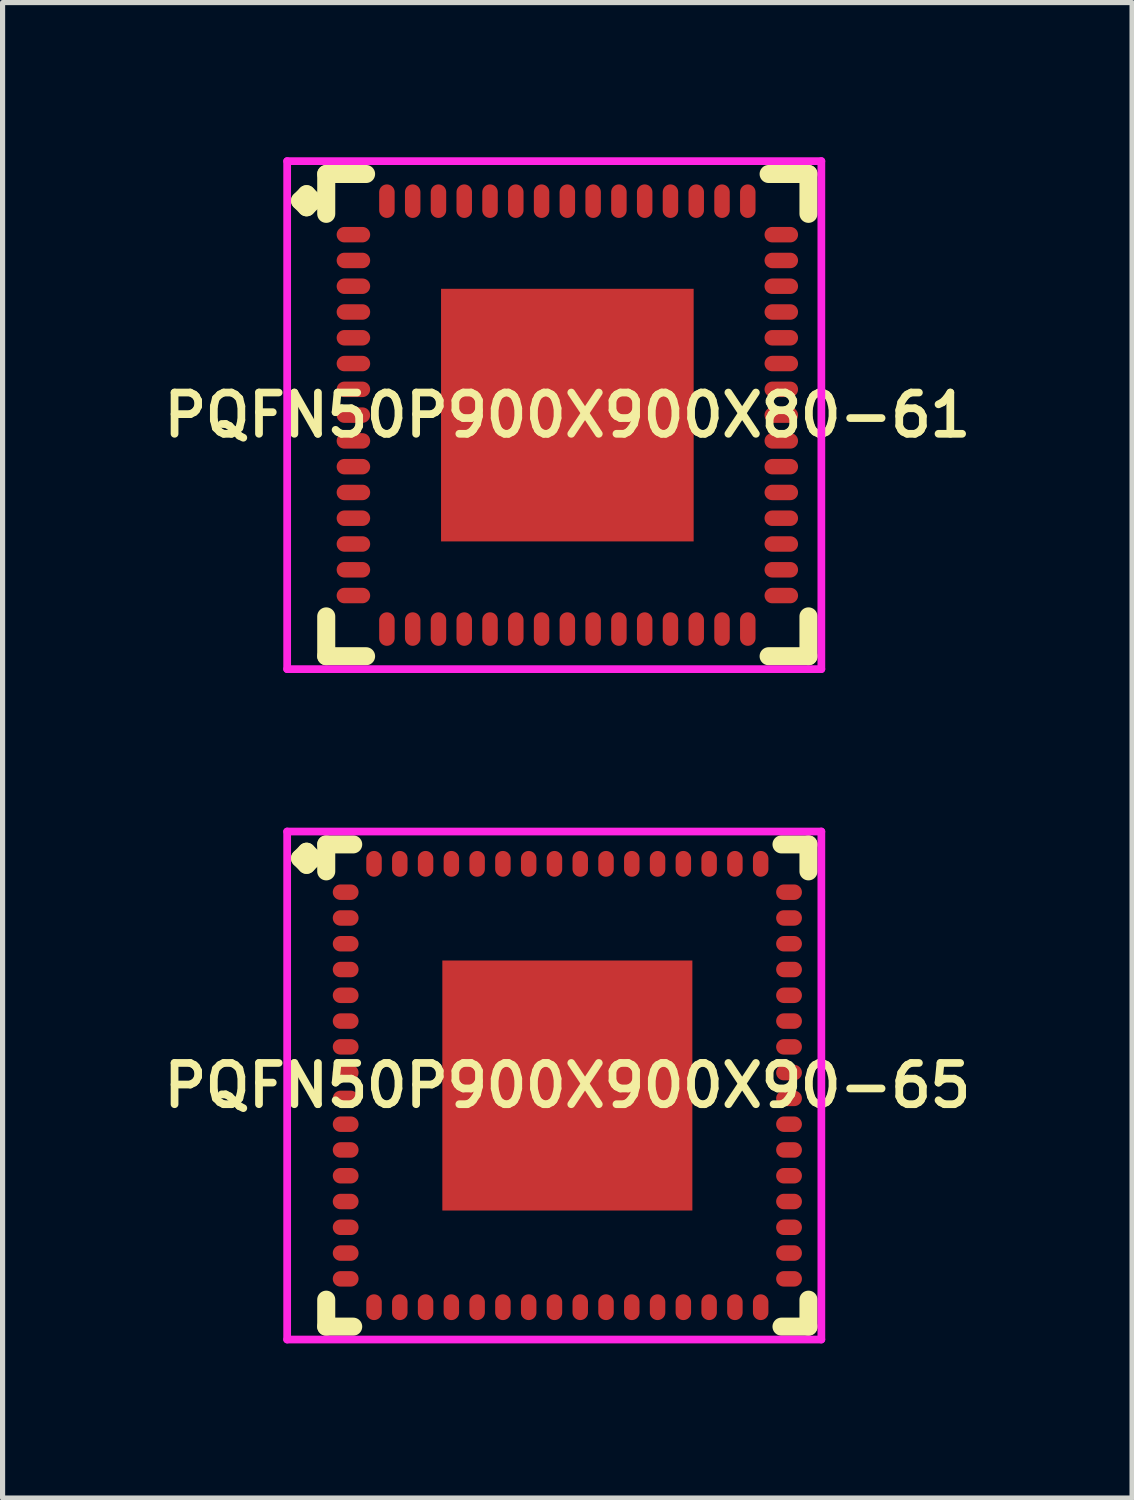
<source format=kicad_pcb>
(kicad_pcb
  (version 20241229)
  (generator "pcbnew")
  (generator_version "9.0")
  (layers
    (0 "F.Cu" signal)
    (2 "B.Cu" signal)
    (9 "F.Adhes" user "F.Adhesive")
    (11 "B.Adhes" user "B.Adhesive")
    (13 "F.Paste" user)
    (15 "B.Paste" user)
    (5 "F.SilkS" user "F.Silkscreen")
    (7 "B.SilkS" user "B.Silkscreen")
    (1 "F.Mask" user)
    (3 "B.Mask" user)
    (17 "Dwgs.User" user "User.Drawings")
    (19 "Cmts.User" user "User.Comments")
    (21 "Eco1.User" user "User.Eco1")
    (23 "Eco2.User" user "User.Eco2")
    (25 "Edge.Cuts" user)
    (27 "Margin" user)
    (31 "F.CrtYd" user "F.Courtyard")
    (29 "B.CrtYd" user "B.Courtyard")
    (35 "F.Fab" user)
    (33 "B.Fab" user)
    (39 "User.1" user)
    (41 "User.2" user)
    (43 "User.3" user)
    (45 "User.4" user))
  (footprint "PQFN50P900X900X80-61"
    (layer "F.Cu")
    (at 7.955 5.002)
    (property "Reference" "PQFN50P900X900X80-61" (at 0 0 0) (layer "F.SilkS") (effects (font (size 0.8 0.8) (thickness 0.15))))
    (attr smd)
    (fp_line (start -5.185 -4.158) (end -5.058 -4.285) (stroke (width 0.35) (type solid)) (layer "F.SilkS"))
    (fp_line (start -5.058 -4.285) (end -4.931 -4.158) (stroke (width 0.35) (type solid)) (layer "F.SilkS"))
    (fp_line (start -5.058 -4.031) (end -5.185 -4.158) (stroke (width 0.35) (type solid)) (layer "F.SilkS"))
    (fp_line (start -4.931 -4.158) (end -5.058 -4.031) (stroke (width 0.35) (type solid)) (layer "F.SilkS"))
    (fp_line (start -4.677 -4.677) (end -3.904 -4.677) (stroke (width 0.35) (type solid)) (layer "F.SilkS"))
    (fp_line (start -4.677 -3.904) (end -4.677 -4.677) (stroke (width 0.35) (type solid)) (layer "F.SilkS"))
    (fp_line (start -4.677 3.904) (end -4.677 4.677) (stroke (width 0.35) (type solid)) (layer "F.SilkS"))
    (fp_line (start -4.677 4.677) (end -3.904 4.677) (stroke (width 0.35) (type solid)) (layer "F.SilkS"))
    (fp_line (start 3.904 -4.677) (end 4.677 -4.677) (stroke (width 0.35) (type solid)) (layer "F.SilkS"))
    (fp_line (start 3.904 4.677) (end 4.677 4.677) (stroke (width 0.35) (type solid)) (layer "F.SilkS"))
    (fp_line (start 4.677 -4.677) (end 4.677 -3.904) (stroke (width 0.35) (type solid)) (layer "F.SilkS"))
    (fp_line (start 4.677 4.677) (end 4.677 3.904) (stroke (width 0.35) (type solid)) (layer "F.SilkS"))
    (fp_line (start -5.435 -4.927) (end 4.927 -4.927) (stroke (width 0.15) (type solid)) (layer "F.CrtYd"))
    (fp_line (start -5.435 4.927) (end -5.435 -4.927) (stroke (width 0.15) (type solid)) (layer "F.CrtYd"))
    (fp_line (start 4.927 -4.927) (end 4.927 4.927) (stroke (width 0.15) (type solid)) (layer "F.CrtYd"))
    (fp_line (start 4.927 4.927) (end -5.435 4.927) (stroke (width 0.15) (type solid)) (layer "F.CrtYd"))
    (pad "1" smd oval (at -4.15 -3.5) (size 0.65 0.3) (layers "F.Cu" "F.Mask" "F.Paste"))
    (pad "2" smd oval (at -4.15 -3) (size 0.65 0.3) (layers "F.Cu" "F.Mask" "F.Paste"))
    (pad "3" smd oval (at -4.15 -2.5) (size 0.65 0.3) (layers "F.Cu" "F.Mask" "F.Paste"))
    (pad "4" smd oval (at -4.15 -2) (size 0.65 0.3) (layers "F.Cu" "F.Mask" "F.Paste"))
    (pad "5" smd oval (at -4.15 -1.5) (size 0.65 0.3) (layers "F.Cu" "F.Mask" "F.Paste"))
    (pad "6" smd oval (at -4.15 -1) (size 0.65 0.3) (layers "F.Cu" "F.Mask" "F.Paste"))
    (pad "7" smd oval (at -4.15 -0.5) (size 0.65 0.3) (layers "F.Cu" "F.Mask" "F.Paste"))
    (pad "8" smd oval (at -4.15 0) (size 0.65 0.3) (layers "F.Cu" "F.Mask" "F.Paste"))
    (pad "9" smd oval (at -4.15 0.5) (size 0.65 0.3) (layers "F.Cu" "F.Mask" "F.Paste"))
    (pad "10" smd oval (at -4.15 1) (size 0.65 0.3) (layers "F.Cu" "F.Mask" "F.Paste"))
    (pad "11" smd oval (at -4.15 1.5) (size 0.65 0.3) (layers "F.Cu" "F.Mask" "F.Paste"))
    (pad "12" smd oval (at -4.15 2) (size 0.65 0.3) (layers "F.Cu" "F.Mask" "F.Paste"))
    (pad "13" smd oval (at -4.15 2.5) (size 0.65 0.3) (layers "F.Cu" "F.Mask" "F.Paste"))
    (pad "14" smd oval (at -4.15 3) (size 0.65 0.3) (layers "F.Cu" "F.Mask" "F.Paste"))
    (pad "15" smd oval (at -4.15 3.5) (size 0.65 0.3) (layers "F.Cu" "F.Mask" "F.Paste"))
    (pad "16" smd oval (at -3.5 4.15) (size 0.3 0.65) (layers "F.Cu" "F.Mask" "F.Paste"))
    (pad "17" smd oval (at -3 4.15) (size 0.3 0.65) (layers "F.Cu" "F.Mask" "F.Paste"))
    (pad "18" smd oval (at -2.5 4.15) (size 0.3 0.65) (layers "F.Cu" "F.Mask" "F.Paste"))
    (pad "19" smd oval (at -2 4.15) (size 0.3 0.65) (layers "F.Cu" "F.Mask" "F.Paste"))
    (pad "20" smd oval (at -1.5 4.15) (size 0.3 0.65) (layers "F.Cu" "F.Mask" "F.Paste"))
    (pad "21" smd oval (at -1 4.15) (size 0.3 0.65) (layers "F.Cu" "F.Mask" "F.Paste"))
    (pad "22" smd oval (at -0.5 4.15) (size 0.3 0.65) (layers "F.Cu" "F.Mask" "F.Paste"))
    (pad "23" smd oval (at 0 4.15) (size 0.3 0.65) (layers "F.Cu" "F.Mask" "F.Paste"))
    (pad "24" smd oval (at 0.5 4.15) (size 0.3 0.65) (layers "F.Cu" "F.Mask" "F.Paste"))
    (pad "25" smd oval (at 1 4.15) (size 0.3 0.65) (layers "F.Cu" "F.Mask" "F.Paste"))
    (pad "26" smd oval (at 1.5 4.15) (size 0.3 0.65) (layers "F.Cu" "F.Mask" "F.Paste"))
    (pad "27" smd oval (at 2 4.15) (size 0.3 0.65) (layers "F.Cu" "F.Mask" "F.Paste"))
    (pad "28" smd oval (at 2.5 4.15) (size 0.3 0.65) (layers "F.Cu" "F.Mask" "F.Paste"))
    (pad "29" smd oval (at 3 4.15) (size 0.3 0.65) (layers "F.Cu" "F.Mask" "F.Paste"))
    (pad "30" smd oval (at 3.5 4.15) (size 0.3 0.65) (layers "F.Cu" "F.Mask" "F.Paste"))
    (pad "31" smd oval (at 4.15 3.5) (size 0.65 0.3) (layers "F.Cu" "F.Mask" "F.Paste"))
    (pad "32" smd oval (at 4.15 3) (size 0.65 0.3) (layers "F.Cu" "F.Mask" "F.Paste"))
    (pad "33" smd oval (at 4.15 2.5) (size 0.65 0.3) (layers "F.Cu" "F.Mask" "F.Paste"))
    (pad "34" smd oval (at 4.15 2) (size 0.65 0.3) (layers "F.Cu" "F.Mask" "F.Paste"))
    (pad "35" smd oval (at 4.15 1.5) (size 0.65 0.3) (layers "F.Cu" "F.Mask" "F.Paste"))
    (pad "36" smd oval (at 4.15 1) (size 0.65 0.3) (layers "F.Cu" "F.Mask" "F.Paste"))
    (pad "37" smd oval (at 4.15 0.5) (size 0.65 0.3) (layers "F.Cu" "F.Mask" "F.Paste"))
    (pad "38" smd oval (at 4.15 0) (size 0.65 0.3) (layers "F.Cu" "F.Mask" "F.Paste"))
    (pad "39" smd oval (at 4.15 -0.5) (size 0.65 0.3) (layers "F.Cu" "F.Mask" "F.Paste"))
    (pad "40" smd oval (at 4.15 -1) (size 0.65 0.3) (layers "F.Cu" "F.Mask" "F.Paste"))
    (pad "41" smd oval (at 4.15 -1.5) (size 0.65 0.3) (layers "F.Cu" "F.Mask" "F.Paste"))
    (pad "42" smd oval (at 4.15 -2) (size 0.65 0.3) (layers "F.Cu" "F.Mask" "F.Paste"))
    (pad "43" smd oval (at 4.15 -2.5) (size 0.65 0.3) (layers "F.Cu" "F.Mask" "F.Paste"))
    (pad "44" smd oval (at 4.15 -3) (size 0.65 0.3) (layers "F.Cu" "F.Mask" "F.Paste"))
    (pad "45" smd oval (at 4.15 -3.5) (size 0.65 0.3) (layers "F.Cu" "F.Mask" "F.Paste"))
    (pad "46" smd oval (at 3.5 -4.15) (size 0.3 0.65) (layers "F.Cu" "F.Mask" "F.Paste"))
    (pad "47" smd oval (at 3 -4.15) (size 0.3 0.65) (layers "F.Cu" "F.Mask" "F.Paste"))
    (pad "48" smd oval (at 2.5 -4.15) (size 0.3 0.65) (layers "F.Cu" "F.Mask" "F.Paste"))
    (pad "49" smd oval (at 2 -4.15) (size 0.3 0.65) (layers "F.Cu" "F.Mask" "F.Paste"))
    (pad "50" smd oval (at 1.5 -4.15) (size 0.3 0.65) (layers "F.Cu" "F.Mask" "F.Paste"))
    (pad "51" smd oval (at 1 -4.15) (size 0.3 0.65) (layers "F.Cu" "F.Mask" "F.Paste"))
    (pad "52" smd oval (at 0.5 -4.15) (size 0.3 0.65) (layers "F.Cu" "F.Mask" "F.Paste"))
    (pad "53" smd oval (at 0 -4.15) (size 0.3 0.65) (layers "F.Cu" "F.Mask" "F.Paste"))
    (pad "54" smd oval (at -0.5 -4.15) (size 0.3 0.65) (layers "F.Cu" "F.Mask" "F.Paste"))
    (pad "55" smd oval (at -1 -4.15) (size 0.3 0.65) (layers "F.Cu" "F.Mask" "F.Paste"))
    (pad "56" smd oval (at -1.5 -4.15) (size 0.3 0.65) (layers "F.Cu" "F.Mask" "F.Paste"))
    (pad "57" smd oval (at -2 -4.15) (size 0.3 0.65) (layers "F.Cu" "F.Mask" "F.Paste"))
    (pad "58" smd oval (at -2.5 -4.15) (size 0.3 0.65) (layers "F.Cu" "F.Mask" "F.Paste"))
    (pad "59" smd oval (at -3 -4.15) (size 0.3 0.65) (layers "F.Cu" "F.Mask" "F.Paste"))
    (pad "60" smd oval (at -3.5 -4.15) (size 0.3 0.65) (layers "F.Cu" "F.Mask" "F.Paste"))
    (pad "61" smd rect (at 0 0) (size 4.9 4.9) (layers "F.Cu" "F.Mask" "F.Paste")))
  (footprint "PQFN50P900X900X90-65"
    (layer "F.Cu")
    (at 7.955 18.006)
    (property "Reference" "PQFN50P900X900X90-65" (at 0 0 0) (layer "F.SilkS") (effects (font (size 0.8 0.8) (thickness 0.15))))
    (attr smd)
    (fp_line (start -5.185 -4.408) (end -5.058 -4.535) (stroke (width 0.35) (type solid)) (layer "F.SilkS"))
    (fp_line (start -5.058 -4.535) (end -4.931 -4.408) (stroke (width 0.35) (type solid)) (layer "F.SilkS"))
    (fp_line (start -5.058 -4.281) (end -5.185 -4.408) (stroke (width 0.35) (type solid)) (layer "F.SilkS"))
    (fp_line (start -4.931 -4.408) (end -5.058 -4.281) (stroke (width 0.35) (type solid)) (layer "F.SilkS"))
    (fp_line (start -4.677 -4.677) (end -4.154 -4.677) (stroke (width 0.35) (type solid)) (layer "F.SilkS"))
    (fp_line (start -4.677 -4.154) (end -4.677 -4.677) (stroke (width 0.35) (type solid)) (layer "F.SilkS"))
    (fp_line (start -4.677 4.154) (end -4.677 4.677) (stroke (width 0.35) (type solid)) (layer "F.SilkS"))
    (fp_line (start -4.677 4.677) (end -4.154 4.677) (stroke (width 0.35) (type solid)) (layer "F.SilkS"))
    (fp_line (start 4.154 -4.677) (end 4.677 -4.677) (stroke (width 0.35) (type solid)) (layer "F.SilkS"))
    (fp_line (start 4.154 4.677) (end 4.677 4.677) (stroke (width 0.35) (type solid)) (layer "F.SilkS"))
    (fp_line (start 4.677 -4.677) (end 4.677 -4.154) (stroke (width 0.35) (type solid)) (layer "F.SilkS"))
    (fp_line (start 4.677 4.677) (end 4.677 4.154) (stroke (width 0.35) (type solid)) (layer "F.SilkS"))
    (fp_line (start -5.435 -4.927) (end 4.927 -4.927) (stroke (width 0.15) (type solid)) (layer "F.CrtYd"))
    (fp_line (start -5.435 4.927) (end -5.435 -4.927) (stroke (width 0.15) (type solid)) (layer "F.CrtYd"))
    (fp_line (start 4.927 -4.927) (end 4.927 4.927) (stroke (width 0.15) (type solid)) (layer "F.CrtYd"))
    (fp_line (start 4.927 4.927) (end -5.435 4.927) (stroke (width 0.15) (type solid)) (layer "F.CrtYd"))
    (pad "1" smd oval (at -4.3 -3.75) (size 0.5 0.3) (layers "F.Cu" "F.Mask" "F.Paste"))
    (pad "2" smd oval (at -4.3 -3.25) (size 0.5 0.3) (layers "F.Cu" "F.Mask" "F.Paste"))
    (pad "3" smd oval (at -4.3 -2.75) (size 0.5 0.3) (layers "F.Cu" "F.Mask" "F.Paste"))
    (pad "4" smd oval (at -4.3 -2.25) (size 0.5 0.3) (layers "F.Cu" "F.Mask" "F.Paste"))
    (pad "5" smd oval (at -4.3 -1.75) (size 0.5 0.3) (layers "F.Cu" "F.Mask" "F.Paste"))
    (pad "6" smd oval (at -4.3 -1.25) (size 0.5 0.3) (layers "F.Cu" "F.Mask" "F.Paste"))
    (pad "7" smd oval (at -4.3 -0.75) (size 0.5 0.3) (layers "F.Cu" "F.Mask" "F.Paste"))
    (pad "8" smd oval (at -4.3 -0.25) (size 0.5 0.3) (layers "F.Cu" "F.Mask" "F.Paste"))
    (pad "9" smd oval (at -4.3 0.25) (size 0.5 0.3) (layers "F.Cu" "F.Mask" "F.Paste"))
    (pad "10" smd oval (at -4.3 0.75) (size 0.5 0.3) (layers "F.Cu" "F.Mask" "F.Paste"))
    (pad "11" smd oval (at -4.3 1.25) (size 0.5 0.3) (layers "F.Cu" "F.Mask" "F.Paste"))
    (pad "12" smd oval (at -4.3 1.75) (size 0.5 0.3) (layers "F.Cu" "F.Mask" "F.Paste"))
    (pad "13" smd oval (at -4.3 2.25) (size 0.5 0.3) (layers "F.Cu" "F.Mask" "F.Paste"))
    (pad "14" smd oval (at -4.3 2.75) (size 0.5 0.3) (layers "F.Cu" "F.Mask" "F.Paste"))
    (pad "15" smd oval (at -4.3 3.25) (size 0.5 0.3) (layers "F.Cu" "F.Mask" "F.Paste"))
    (pad "16" smd oval (at -4.3 3.75) (size 0.5 0.3) (layers "F.Cu" "F.Mask" "F.Paste"))
    (pad "17" smd oval (at -3.75 4.3) (size 0.3 0.5) (layers "F.Cu" "F.Mask" "F.Paste"))
    (pad "18" smd oval (at -3.25 4.3) (size 0.3 0.5) (layers "F.Cu" "F.Mask" "F.Paste"))
    (pad "19" smd oval (at -2.75 4.3) (size 0.3 0.5) (layers "F.Cu" "F.Mask" "F.Paste"))
    (pad "20" smd oval (at -2.25 4.3) (size 0.3 0.5) (layers "F.Cu" "F.Mask" "F.Paste"))
    (pad "21" smd oval (at -1.75 4.3) (size 0.3 0.5) (layers "F.Cu" "F.Mask" "F.Paste"))
    (pad "22" smd oval (at -1.25 4.3) (size 0.3 0.5) (layers "F.Cu" "F.Mask" "F.Paste"))
    (pad "23" smd oval (at -0.75 4.3) (size 0.3 0.5) (layers "F.Cu" "F.Mask" "F.Paste"))
    (pad "24" smd oval (at -0.25 4.3) (size 0.3 0.5) (layers "F.Cu" "F.Mask" "F.Paste"))
    (pad "25" smd oval (at 0.25 4.3) (size 0.3 0.5) (layers "F.Cu" "F.Mask" "F.Paste"))
    (pad "26" smd oval (at 0.75 4.3) (size 0.3 0.5) (layers "F.Cu" "F.Mask" "F.Paste"))
    (pad "27" smd oval (at 1.25 4.3) (size 0.3 0.5) (layers "F.Cu" "F.Mask" "F.Paste"))
    (pad "28" smd oval (at 1.75 4.3) (size 0.3 0.5) (layers "F.Cu" "F.Mask" "F.Paste"))
    (pad "29" smd oval (at 2.25 4.3) (size 0.3 0.5) (layers "F.Cu" "F.Mask" "F.Paste"))
    (pad "30" smd oval (at 2.75 4.3) (size 0.3 0.5) (layers "F.Cu" "F.Mask" "F.Paste"))
    (pad "31" smd oval (at 3.25 4.3) (size 0.3 0.5) (layers "F.Cu" "F.Mask" "F.Paste"))
    (pad "32" smd oval (at 3.75 4.3) (size 0.3 0.5) (layers "F.Cu" "F.Mask" "F.Paste"))
    (pad "33" smd oval (at 4.3 3.75) (size 0.5 0.3) (layers "F.Cu" "F.Mask" "F.Paste"))
    (pad "34" smd oval (at 4.3 3.25) (size 0.5 0.3) (layers "F.Cu" "F.Mask" "F.Paste"))
    (pad "35" smd oval (at 4.3 2.75) (size 0.5 0.3) (layers "F.Cu" "F.Mask" "F.Paste"))
    (pad "36" smd oval (at 4.3 2.25) (size 0.5 0.3) (layers "F.Cu" "F.Mask" "F.Paste"))
    (pad "37" smd oval (at 4.3 1.75) (size 0.5 0.3) (layers "F.Cu" "F.Mask" "F.Paste"))
    (pad "38" smd oval (at 4.3 1.25) (size 0.5 0.3) (layers "F.Cu" "F.Mask" "F.Paste"))
    (pad "39" smd oval (at 4.3 0.75) (size 0.5 0.3) (layers "F.Cu" "F.Mask" "F.Paste"))
    (pad "40" smd oval (at 4.3 0.25) (size 0.5 0.3) (layers "F.Cu" "F.Mask" "F.Paste"))
    (pad "41" smd oval (at 4.3 -0.25) (size 0.5 0.3) (layers "F.Cu" "F.Mask" "F.Paste"))
    (pad "42" smd oval (at 4.3 -0.75) (size 0.5 0.3) (layers "F.Cu" "F.Mask" "F.Paste"))
    (pad "43" smd oval (at 4.3 -1.25) (size 0.5 0.3) (layers "F.Cu" "F.Mask" "F.Paste"))
    (pad "44" smd oval (at 4.3 -1.75) (size 0.5 0.3) (layers "F.Cu" "F.Mask" "F.Paste"))
    (pad "45" smd oval (at 4.3 -2.25) (size 0.5 0.3) (layers "F.Cu" "F.Mask" "F.Paste"))
    (pad "46" smd oval (at 4.3 -2.75) (size 0.5 0.3) (layers "F.Cu" "F.Mask" "F.Paste"))
    (pad "47" smd oval (at 4.3 -3.25) (size 0.5 0.3) (layers "F.Cu" "F.Mask" "F.Paste"))
    (pad "48" smd oval (at 4.3 -3.75) (size 0.5 0.3) (layers "F.Cu" "F.Mask" "F.Paste"))
    (pad "49" smd oval (at 3.75 -4.3) (size 0.3 0.5) (layers "F.Cu" "F.Mask" "F.Paste"))
    (pad "50" smd oval (at 3.25 -4.3) (size 0.3 0.5) (layers "F.Cu" "F.Mask" "F.Paste"))
    (pad "51" smd oval (at 2.75 -4.3) (size 0.3 0.5) (layers "F.Cu" "F.Mask" "F.Paste"))
    (pad "52" smd oval (at 2.25 -4.3) (size 0.3 0.5) (layers "F.Cu" "F.Mask" "F.Paste"))
    (pad "53" smd oval (at 1.75 -4.3) (size 0.3 0.5) (layers "F.Cu" "F.Mask" "F.Paste"))
    (pad "54" smd oval (at 1.25 -4.3) (size 0.3 0.5) (layers "F.Cu" "F.Mask" "F.Paste"))
    (pad "55" smd oval (at 0.75 -4.3) (size 0.3 0.5) (layers "F.Cu" "F.Mask" "F.Paste"))
    (pad "56" smd oval (at 0.25 -4.3) (size 0.3 0.5) (layers "F.Cu" "F.Mask" "F.Paste"))
    (pad "57" smd oval (at -0.25 -4.3) (size 0.3 0.5) (layers "F.Cu" "F.Mask" "F.Paste"))
    (pad "58" smd oval (at -0.75 -4.3) (size 0.3 0.5) (layers "F.Cu" "F.Mask" "F.Paste"))
    (pad "59" smd oval (at -1.25 -4.3) (size 0.3 0.5) (layers "F.Cu" "F.Mask" "F.Paste"))
    (pad "60" smd oval (at -1.75 -4.3) (size 0.3 0.5) (layers "F.Cu" "F.Mask" "F.Paste"))
    (pad "61" smd oval (at -2.25 -4.3) (size 0.3 0.5) (layers "F.Cu" "F.Mask" "F.Paste"))
    (pad "62" smd oval (at -2.75 -4.3) (size 0.3 0.5) (layers "F.Cu" "F.Mask" "F.Paste"))
    (pad "63" smd oval (at -3.25 -4.3) (size 0.3 0.5) (layers "F.Cu" "F.Mask" "F.Paste"))
    (pad "64" smd oval (at -3.75 -4.3) (size 0.3 0.5) (layers "F.Cu" "F.Mask" "F.Paste"))
    (pad "65" smd rect (at 0 0) (size 4.85 4.85) (layers "F.Cu" "F.Mask" "F.Paste")))
  (gr_rect
    (start -3 -3)
    (end 18.909 26.008)
    (stroke (width 0.1) (type default))
    (fill no)
    (layer "Edge.Cuts")))
</source>
